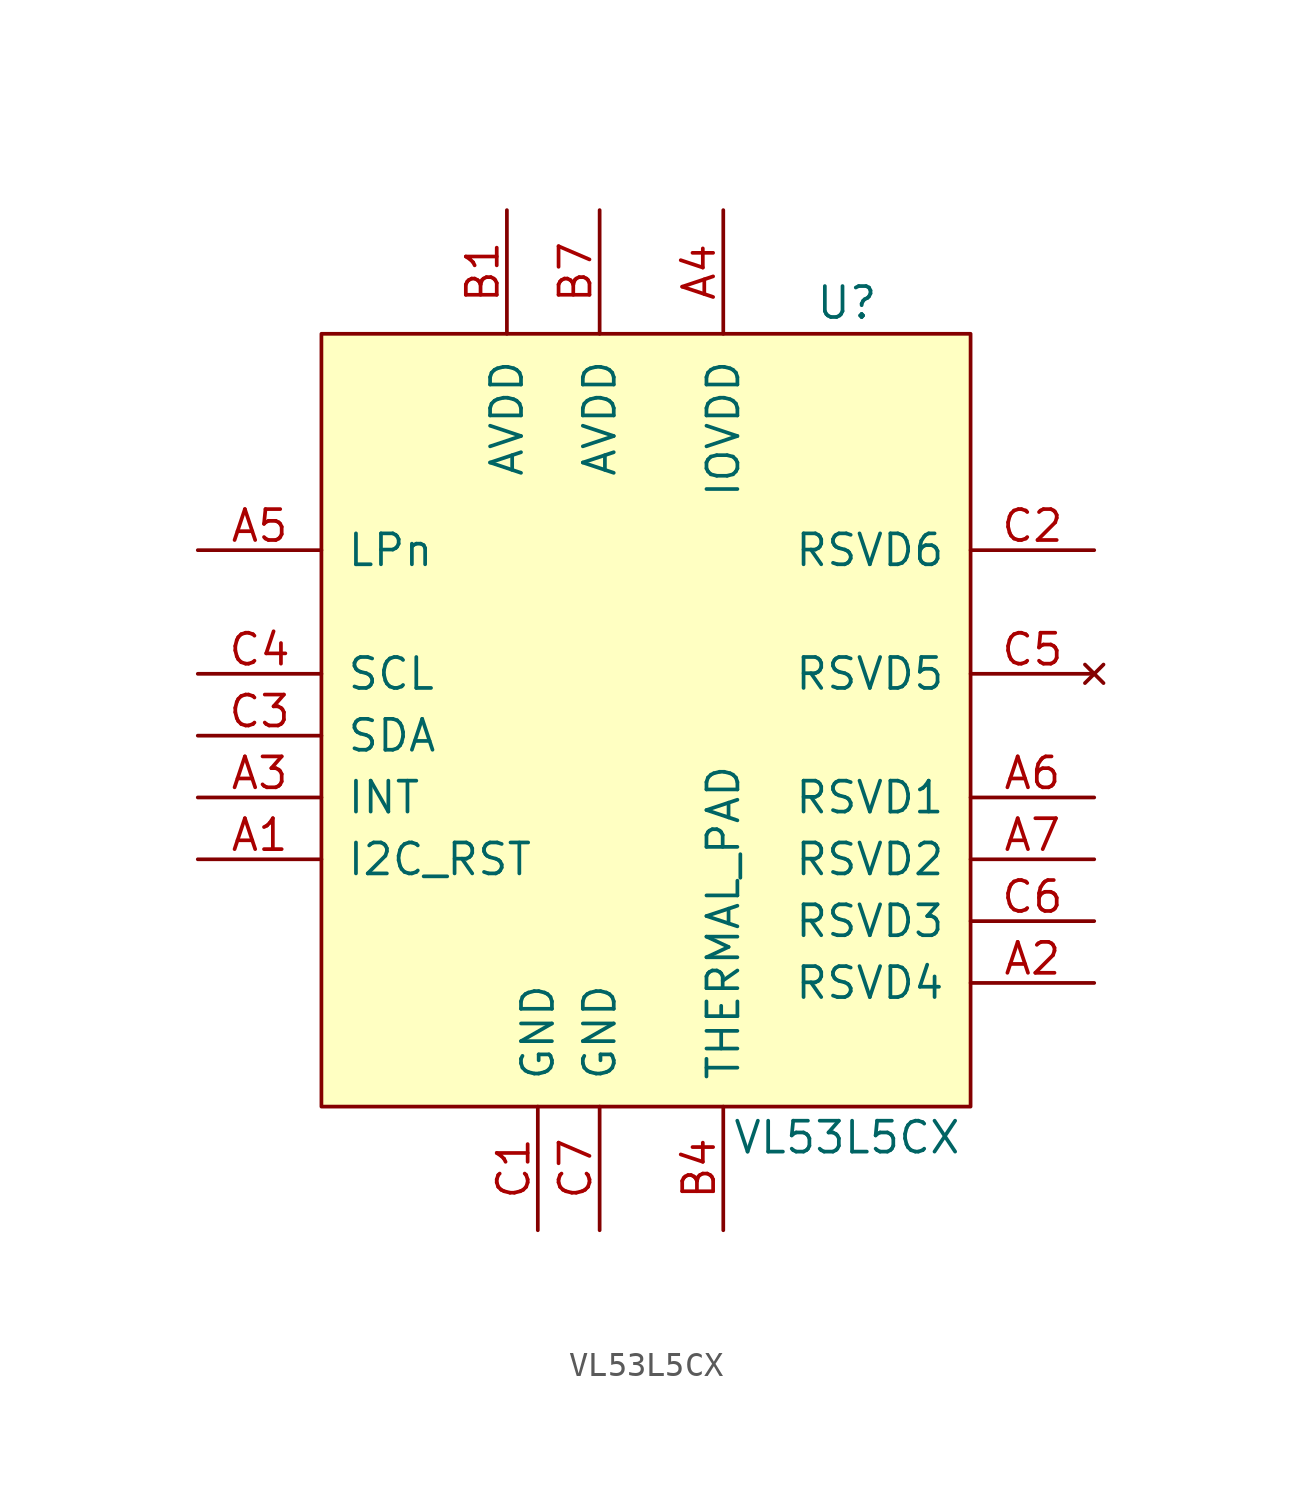
<source format=kicad_sym>
(kicad_symbol_lib
  (version 20211014)
  (generator kicad_symbol_editor)
  (symbol "VL53L5CX"
    (pin_names
      (offset 1.016))
    (property "Reference" "U"
      (at 8.89 17.78 0)
      (effects (font (size 1.27 1.27))))
    (property "Value" "VL53L5CX"
      (at 8.89 -16.51 0)
      (effects (font (size 1.27 1.27))))
    (symbol "VL53L5CX_0_1"
      (rectangle (start 13.97 16.51) (end -12.7 -15.24) (stroke (width 0) (type default) (color 0 0 0 0)) (fill (type background))))
    (symbol "VL53L5CX_1_1"
      (pin input line (at -17.78 -5.08 0) (length 5.08) (name "I2C_RST" (effects (font (size 1.27 1.27)))) (number "A1" (effects (font (size 1.27 1.27)))))
      (pin passive line (at 19.05 -10.16 180) (length 5.08) (name "RSVD4" (effects (font (size 1.27 1.27)))) (number "A2" (effects (font (size 1.27 1.27)))))
      (pin output line (at -17.78 -2.54 0) (length 5.08) (name "INT" (effects (font (size 1.27 1.27)))) (number "A3" (effects (font (size 1.27 1.27)))))
      (pin power_in line (at 3.81 21.59 270) (length 5.08) (name "IOVDD" (effects (font (size 1.27 1.27)))) (number "A4" (effects (font (size 1.27 1.27)))))
      (pin input line (at -17.78 7.62 0) (length 5.08) (name "LPn" (effects (font (size 1.27 1.27)))) (number "A5" (effects (font (size 1.27 1.27)))))
      (pin passive line (at 19.05 -2.54 180) (length 5.08) (name "RSVD1" (effects (font (size 1.27 1.27)))) (number "A6" (effects (font (size 1.27 1.27)))))
      (pin passive line (at 19.05 -5.08 180) (length 5.08) (name "RSVD2" (effects (font (size 1.27 1.27)))) (number "A7" (effects (font (size 1.27 1.27)))))
      (pin power_in line (at -5.08 21.59 270) (length 5.08) (name "AVDD" (effects (font (size 1.27 1.27)))) (number "B1" (effects (font (size 1.27 1.27)))))
      (pin passive line (at 3.81 -20.32 90) (length 5.08) (name "THERMAL_PAD" (effects (font (size 1.27 1.27)))) (number "B4" (effects (font (size 1.27 1.27)))))
      (pin power_in line (at -1.27 21.59 270) (length 5.08) (name "AVDD" (effects (font (size 1.27 1.27)))) (number "B7" (effects (font (size 1.27 1.27)))))
      (pin passive line (at -3.81 -20.32 90) (length 5.08) (name "GND" (effects (font (size 1.27 1.27)))) (number "C1" (effects (font (size 1.27 1.27)))))
      (pin passive line (at 19.05 7.62 180) (length 5.08) (name "RSVD6" (effects (font (size 1.27 1.27)))) (number "C2" (effects (font (size 1.27 1.27)))))
      (pin bidirectional line (at -17.78 0 0) (length 5.08) (name "SDA" (effects (font (size 1.27 1.27)))) (number "C3" (effects (font (size 1.27 1.27)))))
      (pin input line (at -17.78 2.54 0) (length 5.08) (name "SCL" (effects (font (size 1.27 1.27)))) (number "C4" (effects (font (size 1.27 1.27)))))
      (pin no_connect line (at 19.05 2.54 180) (length 5.08) (name "RSVD5" (effects (font (size 1.27 1.27)))) (number "C5" (effects (font (size 1.27 1.27)))))
      (pin passive line (at 19.05 -7.62 180) (length 5.08) (name "RSVD3" (effects (font (size 1.27 1.27)))) (number "C6" (effects (font (size 1.27 1.27)))))
      (pin passive line (at -1.27 -20.32 90) (length 5.08) (name "GND" (effects (font (size 1.27 1.27)))) (number "C7" (effects (font (size 1.27 1.27))))))))
</source>
